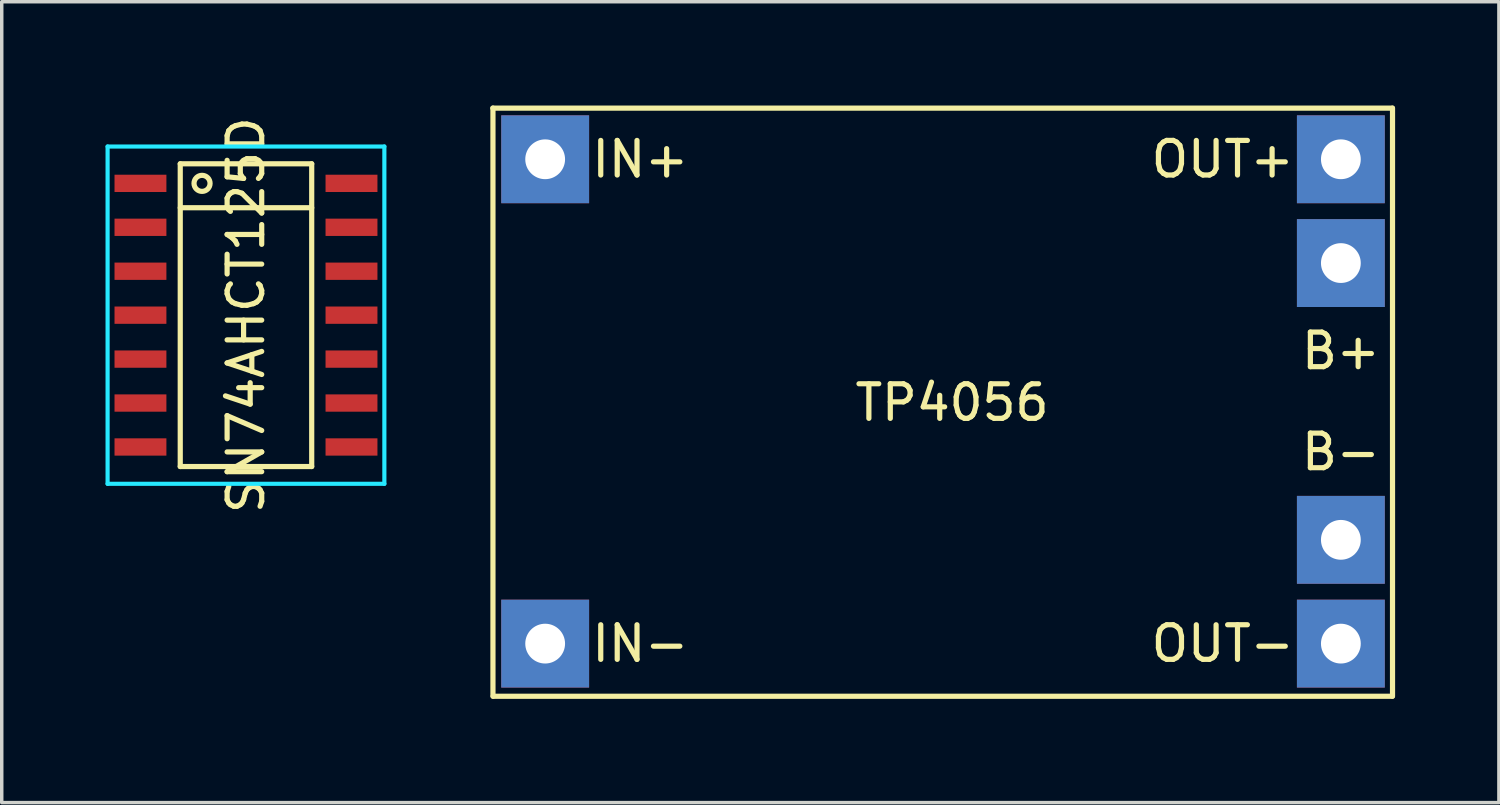
<source format=kicad_pcb>
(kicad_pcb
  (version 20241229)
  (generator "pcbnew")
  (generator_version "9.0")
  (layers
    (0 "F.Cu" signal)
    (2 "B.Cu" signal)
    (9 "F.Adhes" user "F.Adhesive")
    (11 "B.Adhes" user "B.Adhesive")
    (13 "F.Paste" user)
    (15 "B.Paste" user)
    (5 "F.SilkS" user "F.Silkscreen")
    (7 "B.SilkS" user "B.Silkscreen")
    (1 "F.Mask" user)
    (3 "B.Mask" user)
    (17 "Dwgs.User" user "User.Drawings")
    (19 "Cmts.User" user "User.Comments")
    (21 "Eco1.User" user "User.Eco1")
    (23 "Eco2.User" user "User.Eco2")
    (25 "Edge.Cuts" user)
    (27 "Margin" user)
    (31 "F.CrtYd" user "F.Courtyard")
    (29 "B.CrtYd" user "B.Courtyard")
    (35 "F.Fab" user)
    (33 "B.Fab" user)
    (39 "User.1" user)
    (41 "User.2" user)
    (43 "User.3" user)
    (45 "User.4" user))
  (footprint "TP4056"
    (layer "F.Cu")
    (at 24.495 8.575)
    (property "Reference" "TP4056" (at -0.025 0.013 0) (layer "F.SilkS") (effects (font (size 1 1) (thickness 0.15))))
    (attr through_hole)
    (fp_line (start -13.3 -8.5) (end 12.7 -8.5) (stroke (width 0.15) (type solid)) (layer "F.SilkS"))
    (fp_line (start -13.296 8.5) (end -13.296 -8.5) (stroke (width 0.15) (type solid)) (layer "F.SilkS"))
    (fp_line (start -13.29 8.5) (end 12.7 8.5) (stroke (width 0.15) (type solid)) (layer "F.SilkS"))
    (fp_line (start 12.706 -8.5) (end 12.706 8.5) (stroke (width 0.15) (type solid)) (layer "F.SilkS"))
    (fp_text user "OUT-" (at 9.943 6.979 0) (layer "F.SilkS") (effects (font (size 1 1) (thickness 0.15)) (justify right)))
    (fp_text user "IN-" (at -10.517 6.979 0) (layer "F.SilkS") (effects (font (size 1 1) (thickness 0.15)) (justify left)))
    (fp_text user "IN+" (at -10.517 -7.021 0) (layer "F.SilkS") (effects (font (size 1 1) (thickness 0.15)) (justify left)))
    (fp_text user "OUT+" (at 9.943 -7.021 0) (layer "F.SilkS") (effects (font (size 1 1) (thickness 0.15)) (justify right)))
    (fp_text user "B-" (at 11.213 1.439 0) (layer "F.SilkS") (effects (font (size 1 1) (thickness 0.15))))
    (fp_text user "B+" (at 11.213 -1.481 0) (layer "F.SilkS") (effects (font (size 1 1) (thickness 0.15))))
    (pad "1" thru_hole rect (at -11.787 -7.021) (size 2.54 2.54) (drill 1.15) (layers "*.Cu" "*.Mask"))
    (pad "2" thru_hole rect (at -11.787 6.979) (size 2.54 2.54) (drill 1.15) (layers "*.Cu" "*.Mask"))
    (pad "3" thru_hole rect (at 11.213 -7.021) (size 2.54 2.54) (drill 1.15) (layers "*.Cu" "*.Mask"))
    (pad "4" thru_hole rect (at 11.213 6.979) (size 2.54 2.54) (drill 1.15) (layers "*.Cu" "*.Mask"))
    (pad "5" thru_hole rect (at 11.213 -4.021) (size 2.54 2.54) (drill 1.15) (layers "*.Cu" "*.Mask"))
    (pad "6" thru_hole rect (at 11.213 3.979) (size 2.54 2.54) (drill 1.15) (layers "*.Cu" "*.Mask")))
  (footprint "SN74AHCT125D"
    (layer "F.Cu")
    (at 4.06 0.25)
    (property "Reference" "SN74AHCT125D" (at 0 5.81 90) (layer "F.SilkS") (effects (font (size 1 1) (thickness 0.15))))
    (attr through_hole)
    (fp_line (start -1.9 1.435) (end -1.9 10.185) (stroke (width 0.15) (type solid)) (layer "F.SilkS"))
    (fp_line (start -1.9 1.435) (end 1.9 1.435) (stroke (width 0.15) (type solid)) (layer "F.SilkS"))
    (fp_line (start -1.9 2.705) (end 1.9 2.705) (stroke (width 0.15) (type solid)) (layer "F.SilkS"))
    (fp_line (start -1.9 10.185) (end 1.9 10.185) (stroke (width 0.15) (type solid)) (layer "F.SilkS"))
    (fp_line (start 1.9 1.435) (end 1.9 10.185) (stroke (width 0.15) (type solid)) (layer "F.SilkS"))
    (fp_circle (center -1.27 2) (end -1.038 2) (stroke (width 0.15) (type solid)) (fill no) (layer "F.SilkS"))
    (fp_line (start -4 0.935) (end -4 10.685) (stroke (width 0.12) (type solid)) (layer "B.CrtYd"))
    (fp_line (start -4 0.935) (end 4 0.935) (stroke (width 0.12) (type solid)) (layer "B.CrtYd"))
    (fp_line (start -4 10.685) (end 4 10.685) (stroke (width 0.12) (type solid)) (layer "B.CrtYd"))
    (fp_line (start 4 0.935) (end 4 10.685) (stroke (width 0.12) (type solid)) (layer "B.CrtYd"))
    (pad "1" smd rect (at -3.05 2) (size 1.5 0.5) (layers "F.Cu" "F.Mask" "F.Paste"))
    (pad "2" smd rect (at -3.05 3.27) (size 1.5 0.5) (layers "F.Cu" "F.Mask" "F.Paste"))
    (pad "3" smd rect (at -3.05 4.54) (size 1.5 0.5) (layers "F.Cu" "F.Mask" "F.Paste"))
    (pad "4" smd rect (at -3.05 5.81) (size 1.5 0.5) (layers "F.Cu" "F.Mask" "F.Paste"))
    (pad "5" smd rect (at -3.05 7.08) (size 1.5 0.5) (layers "F.Cu" "F.Mask" "F.Paste"))
    (pad "6" smd rect (at -3.05 8.35) (size 1.5 0.5) (layers "F.Cu" "F.Mask" "F.Paste"))
    (pad "7" smd rect (at -3.05 9.62) (size 1.5 0.5) (layers "F.Cu" "F.Mask" "F.Paste"))
    (pad "8" smd rect (at 3.05 9.62) (size 1.5 0.5) (layers "F.Cu" "F.Mask" "F.Paste"))
    (pad "9" smd rect (at 3.05 8.35) (size 1.5 0.5) (layers "F.Cu" "F.Mask" "F.Paste"))
    (pad "10" smd rect (at 3.05 7.08) (size 1.5 0.5) (layers "F.Cu" "F.Mask" "F.Paste"))
    (pad "11" smd rect (at 3.05 5.81) (size 1.5 0.5) (layers "F.Cu" "F.Mask" "F.Paste"))
    (pad "12" smd rect (at 3.05 4.54) (size 1.5 0.5) (layers "F.Cu" "F.Mask" "F.Paste"))
    (pad "13" smd rect (at 3.05 3.27) (size 1.5 0.5) (layers "F.Cu" "F.Mask" "F.Paste"))
    (pad "14" smd rect (at 3.05 2) (size 1.5 0.5) (layers "F.Cu" "F.Mask" "F.Paste")))
  (gr_rect
    (start -3 -3)
    (end 40.276 20.15)
    (stroke (width 0.1) (type default))
    (fill no)
    (layer "Edge.Cuts")))
</source>
